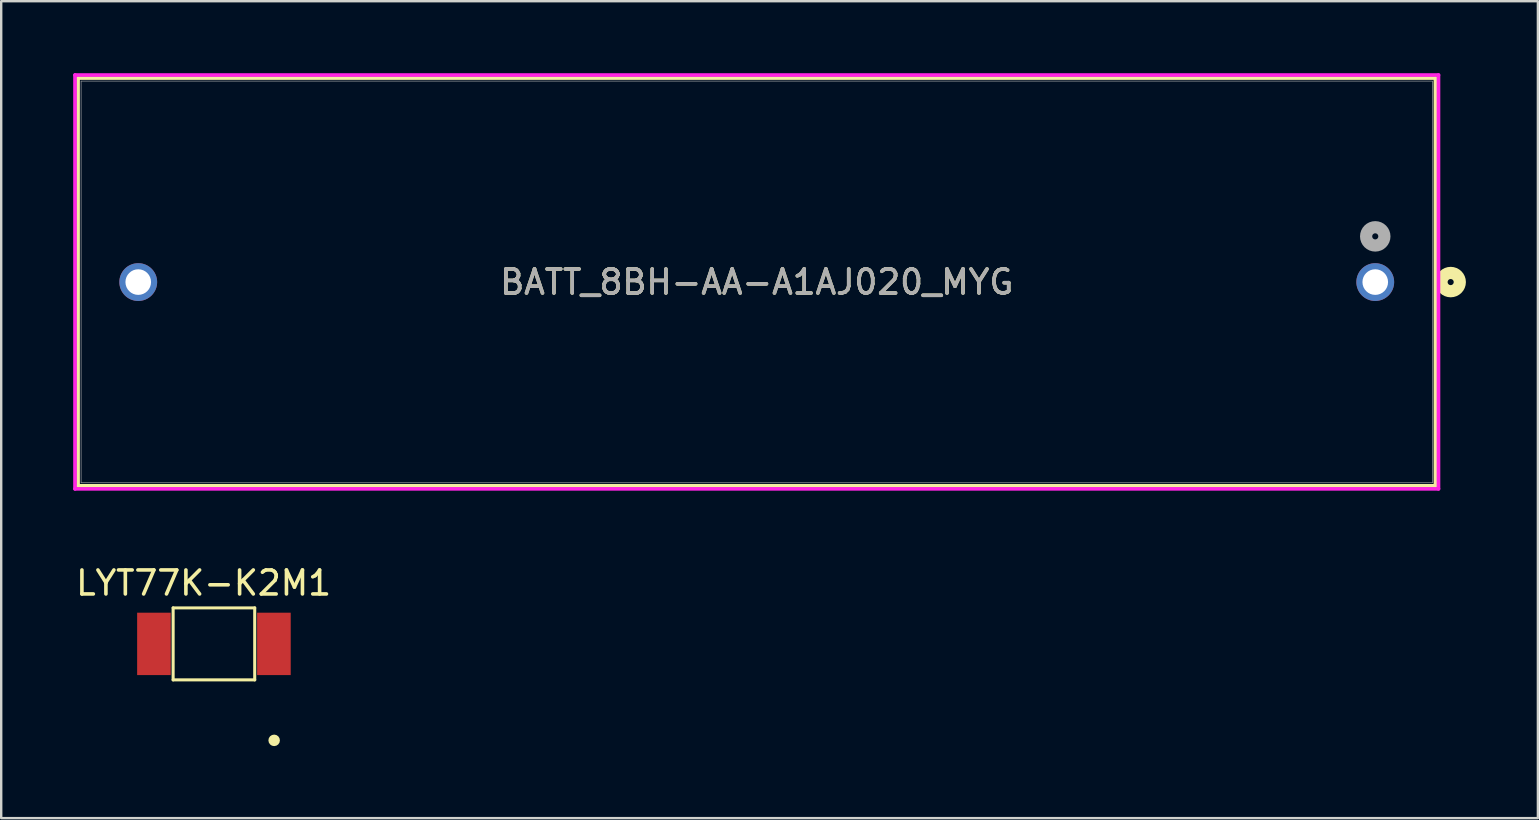
<source format=kicad_pcb>
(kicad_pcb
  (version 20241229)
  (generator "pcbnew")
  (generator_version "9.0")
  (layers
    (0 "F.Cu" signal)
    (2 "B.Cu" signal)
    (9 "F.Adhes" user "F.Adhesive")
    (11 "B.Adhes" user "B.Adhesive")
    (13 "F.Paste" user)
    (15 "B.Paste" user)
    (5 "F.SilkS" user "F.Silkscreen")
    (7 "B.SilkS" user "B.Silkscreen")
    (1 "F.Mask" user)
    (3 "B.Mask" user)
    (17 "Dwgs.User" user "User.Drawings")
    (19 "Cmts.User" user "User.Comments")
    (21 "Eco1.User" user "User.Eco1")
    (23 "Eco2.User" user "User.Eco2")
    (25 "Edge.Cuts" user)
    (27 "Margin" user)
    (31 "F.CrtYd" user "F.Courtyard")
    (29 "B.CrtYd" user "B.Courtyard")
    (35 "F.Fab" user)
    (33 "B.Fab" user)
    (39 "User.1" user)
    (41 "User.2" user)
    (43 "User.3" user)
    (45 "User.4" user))
  (footprint "BATT_8BH-AA-A1AJ020_MYG"
    (layer "F.Cu")
    (at 54.261 8.705)
    (property "Reference" "BATT_8BH-AA-A1AJ020_MYG" (at -25.775 0 0) (unlocked yes) (layer "F.SilkS") (effects (font (size 1 1) (thickness 0.15))))
    (attr through_hole)
    (fp_line (start -54.058 -8.502) (end -54.058 8.491) (stroke (width 0.152) (type solid)) (layer "F.SilkS"))
    (fp_line (start -54.058 8.491) (end 2.508 8.491) (stroke (width 0.152) (type solid)) (layer "F.SilkS"))
    (fp_line (start 2.508 -8.502) (end -54.058 -8.502) (stroke (width 0.152) (type solid)) (layer "F.SilkS"))
    (fp_line (start 2.508 8.491) (end 2.508 -8.502) (stroke (width 0.152) (type solid)) (layer "F.SilkS"))
    (fp_circle (center 3.143 0) (end 3.524 0) (stroke (width 0.508) (type solid)) (fill no) (layer "F.SilkS"))
    (fp_line (start -54.185 -8.629) (end -54.185 8.618) (stroke (width 0.152) (type solid)) (layer "F.CrtYd"))
    (fp_line (start -54.185 8.618) (end 2.635 8.618) (stroke (width 0.152) (type solid)) (layer "F.CrtYd"))
    (fp_line (start 2.635 -8.629) (end -54.185 -8.629) (stroke (width 0.152) (type solid)) (layer "F.CrtYd"))
    (fp_line (start 2.635 8.618) (end 2.635 -8.629) (stroke (width 0.152) (type solid)) (layer "F.CrtYd"))
    (fp_line (start -53.931 -8.375) (end -53.931 8.364) (stroke (width 0.025) (type solid)) (layer "F.Fab"))
    (fp_line (start -53.931 8.364) (end 2.381 8.364) (stroke (width 0.025) (type solid)) (layer "F.Fab"))
    (fp_line (start 2.381 -8.375) (end -53.931 -8.375) (stroke (width 0.025) (type solid)) (layer "F.Fab"))
    (fp_line (start 2.381 8.364) (end 2.381 -8.375) (stroke (width 0.025) (type solid)) (layer "F.Fab"))
    (fp_circle (center 0 -1.905) (end 0.381 -1.905) (stroke (width 0.508) (type solid)) (fill no) (layer "F.Fab"))
    (fp_text user "${REFERENCE}" (at -25.775 0 0) (unlocked yes) (layer "F.Fab") (effects (font (size 1 1) (thickness 0.15))))
    (pad "1" thru_hole circle (at 0 0) (size 1.575 1.575) (drill 1.067) (layers "*.Cu" "*.Mask"))
    (pad "2" thru_hole circle (at -51.55 0) (size 1.575 1.575) (drill 1.067) (layers "*.Cu" "*.Mask")))
  (footprint "LYT77K-K2M1"
    (layer "F.Cu")
    (at 5.865 23.783)
    (property "Reference" "LYT77K-K2M1" (at -0.43 -2.536 0) (layer "F.SilkS") (effects (font (size 1 1) (thickness 0.15))))
    (attr smd)
    (fp_line (start -1.7 -1.5) (end 1.7 -1.5) (stroke (width 0.127) (type solid)) (layer "F.SilkS"))
    (fp_line (start -1.7 1.5) (end -1.7 -1.5) (stroke (width 0.127) (type solid)) (layer "F.SilkS"))
    (fp_line (start 1.7 -1.5) (end 1.7 1.5) (stroke (width 0.127) (type solid)) (layer "F.SilkS"))
    (fp_line (start 1.7 1.5) (end -1.7 1.5) (stroke (width 0.127) (type solid)) (layer "F.SilkS"))
    (fp_circle (center 2.51 4.02) (end 2.63 4.02) (stroke (width 0.24) (type solid)) (fill no) (layer "F.SilkS"))
    (pad "1" smd rect (at -2.5 0) (size 1.4 2.6) (layers "F.Cu" "F.Mask" "F.Paste"))
    (pad "2" smd rect (at 2.5 0) (size 1.4 2.6) (layers "F.Cu" "F.Mask" "F.Paste")))
  (gr_rect
    (start -3 -3)
    (end 61.039 31.043)
    (stroke (width 0.1) (type default))
    (fill no)
    (layer "Edge.Cuts")))
</source>
